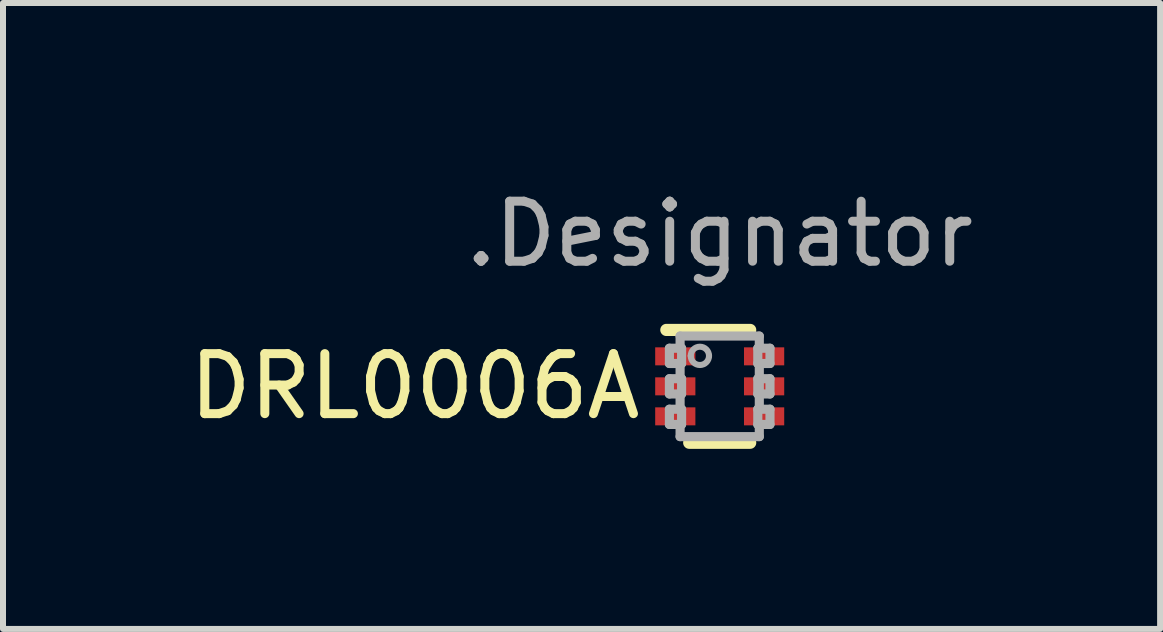
<source format=kicad_pcb>
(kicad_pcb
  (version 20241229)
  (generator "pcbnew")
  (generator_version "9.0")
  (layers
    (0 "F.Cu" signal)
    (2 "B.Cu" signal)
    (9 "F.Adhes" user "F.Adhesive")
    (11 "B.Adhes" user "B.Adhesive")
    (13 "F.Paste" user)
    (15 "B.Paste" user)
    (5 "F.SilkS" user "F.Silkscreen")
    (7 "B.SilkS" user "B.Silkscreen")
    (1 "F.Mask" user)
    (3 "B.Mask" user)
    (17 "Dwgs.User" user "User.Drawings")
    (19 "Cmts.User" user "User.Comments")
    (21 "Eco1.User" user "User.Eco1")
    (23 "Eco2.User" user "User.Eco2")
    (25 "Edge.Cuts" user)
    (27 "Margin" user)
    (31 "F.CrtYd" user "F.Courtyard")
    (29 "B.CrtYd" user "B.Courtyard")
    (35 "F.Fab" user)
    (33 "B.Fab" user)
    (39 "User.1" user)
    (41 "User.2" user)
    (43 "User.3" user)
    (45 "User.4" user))
  (footprint "DRL0006A"
    (layer "F.Cu")
    (at 8.943 3.388)
    (property "Reference" "DRL0006A" (at -5.08 0 0) (layer "F.SilkS") (effects (font (size 1 1) (thickness 0.15))))
    (attr smd)
    (fp_line (start -0.889 -0.94) (end 0.508 -0.94) (stroke (width 0.203) (type solid)) (layer "F.SilkS"))
    (fp_line (start -0.508 0.94) (end 0.508 0.94) (stroke (width 0.203) (type solid)) (layer "F.SilkS"))
    (fp_line (start -0.838 -0.635) (end -0.635 -0.635) (stroke (width 0.152) (type solid)) (layer "F.Fab"))
    (fp_line (start -0.838 -0.381) (end -0.838 -0.635) (stroke (width 0.152) (type solid)) (layer "F.Fab"))
    (fp_line (start -0.838 -0.381) (end -0.635 -0.381) (stroke (width 0.152) (type solid)) (layer "F.Fab"))
    (fp_line (start -0.838 -0.127) (end -0.635 -0.127) (stroke (width 0.152) (type solid)) (layer "F.Fab"))
    (fp_line (start -0.838 0.127) (end -0.838 -0.127) (stroke (width 0.152) (type solid)) (layer "F.Fab"))
    (fp_line (start -0.838 0.127) (end -0.635 0.127) (stroke (width 0.152) (type solid)) (layer "F.Fab"))
    (fp_line (start -0.838 0.381) (end -0.635 0.381) (stroke (width 0.152) (type solid)) (layer "F.Fab"))
    (fp_line (start -0.838 0.635) (end -0.838 0.381) (stroke (width 0.152) (type solid)) (layer "F.Fab"))
    (fp_line (start -0.838 0.635) (end -0.635 0.635) (stroke (width 0.152) (type solid)) (layer "F.Fab"))
    (fp_line (start -0.66 -0.838) (end 0.66 -0.838) (stroke (width 0.152) (type solid)) (layer "F.Fab"))
    (fp_line (start -0.66 -0.635) (end -0.66 -0.838) (stroke (width 0.152) (type solid)) (layer "F.Fab"))
    (fp_line (start -0.66 -0.127) (end -0.66 -0.381) (stroke (width 0.152) (type solid)) (layer "F.Fab"))
    (fp_line (start -0.66 0.381) (end -0.66 0.127) (stroke (width 0.152) (type solid)) (layer "F.Fab"))
    (fp_line (start -0.66 0.838) (end -0.66 0.635) (stroke (width 0.152) (type solid)) (layer "F.Fab"))
    (fp_line (start -0.66 0.838) (end 0.66 0.838) (stroke (width 0.152) (type solid)) (layer "F.Fab"))
    (fp_line (start -0.635 -0.381) (end -0.635 -0.635) (stroke (width 0.152) (type solid)) (layer "F.Fab"))
    (fp_line (start -0.635 0.127) (end -0.635 -0.127) (stroke (width 0.152) (type solid)) (layer "F.Fab"))
    (fp_line (start -0.635 0.635) (end -0.635 0.381) (stroke (width 0.152) (type solid)) (layer "F.Fab"))
    (fp_line (start 0.635 -0.635) (end 0.838 -0.635) (stroke (width 0.152) (type solid)) (layer "F.Fab"))
    (fp_line (start 0.635 -0.381) (end 0.635 -0.635) (stroke (width 0.152) (type solid)) (layer "F.Fab"))
    (fp_line (start 0.635 -0.381) (end 0.838 -0.381) (stroke (width 0.152) (type solid)) (layer "F.Fab"))
    (fp_line (start 0.635 -0.127) (end 0.838 -0.127) (stroke (width 0.152) (type solid)) (layer "F.Fab"))
    (fp_line (start 0.635 0.127) (end 0.635 -0.127) (stroke (width 0.152) (type solid)) (layer "F.Fab"))
    (fp_line (start 0.635 0.127) (end 0.838 0.127) (stroke (width 0.152) (type solid)) (layer "F.Fab"))
    (fp_line (start 0.635 0.381) (end 0.838 0.381) (stroke (width 0.152) (type solid)) (layer "F.Fab"))
    (fp_line (start 0.635 0.635) (end 0.635 0.381) (stroke (width 0.152) (type solid)) (layer "F.Fab"))
    (fp_line (start 0.635 0.635) (end 0.838 0.635) (stroke (width 0.152) (type solid)) (layer "F.Fab"))
    (fp_line (start 0.66 -0.635) (end 0.66 -0.838) (stroke (width 0.152) (type solid)) (layer "F.Fab"))
    (fp_line (start 0.66 0.381) (end 0.66 -0.381) (stroke (width 0.152) (type solid)) (layer "F.Fab"))
    (fp_line (start 0.66 0.838) (end 0.66 0.635) (stroke (width 0.152) (type solid)) (layer "F.Fab"))
    (fp_line (start 0.838 -0.381) (end 0.838 -0.635) (stroke (width 0.152) (type solid)) (layer "F.Fab"))
    (fp_line (start 0.838 0.127) (end 0.838 -0.127) (stroke (width 0.152) (type solid)) (layer "F.Fab"))
    (fp_line (start 0.838 0.635) (end 0.838 0.381) (stroke (width 0.152) (type solid)) (layer "F.Fab"))
    (fp_arc (start -0.4826 -0.508) (mid -0.3302 -0.6604) (end -0.1778 -0.508) (stroke (width 0.1016) (type solid)) (layer "F.Fab"))
    (fp_arc (start -0.1778 -0.508) (mid -0.3302 -0.3556) (end -0.4826 -0.508) (stroke (width 0.1016) (type solid)) (layer "F.Fab"))
    (fp_text user ".Designator" (at 0 -2.54 0) (layer "F.Fab") (effects (font (size 1 1) (thickness 0.15))))
    (pad "1" smd rect (at -0.74 -0.5) (size 0.67 0.3) (layers "F.Cu" "F.Mask" "F.Paste"))
    (pad "2" smd rect (at -0.74 -0.000003) (size 0.67 0.3) (layers "F.Cu" "F.Mask" "F.Paste"))
    (pad "3" smd rect (at -0.74 0.5) (size 0.67 0.3) (layers "F.Cu" "F.Mask" "F.Paste"))
    (pad "4" smd rect (at 0.74 0.5) (size 0.67 0.3) (layers "F.Cu" "F.Mask" "F.Paste"))
    (pad "5" smd rect (at 0.74 -0.000003) (size 0.67 0.3) (layers "F.Cu" "F.Mask" "F.Paste"))
    (pad "6" smd rect (at 0.74 -0.5) (size 0.67 0.3) (layers "F.Cu" "F.Mask" "F.Paste")))
  (gr_rect
    (start -3 -3)
    (end 16.282 7.43)
    (stroke (width 0.1) (type default))
    (fill no)
    (layer "Edge.Cuts")))
</source>
